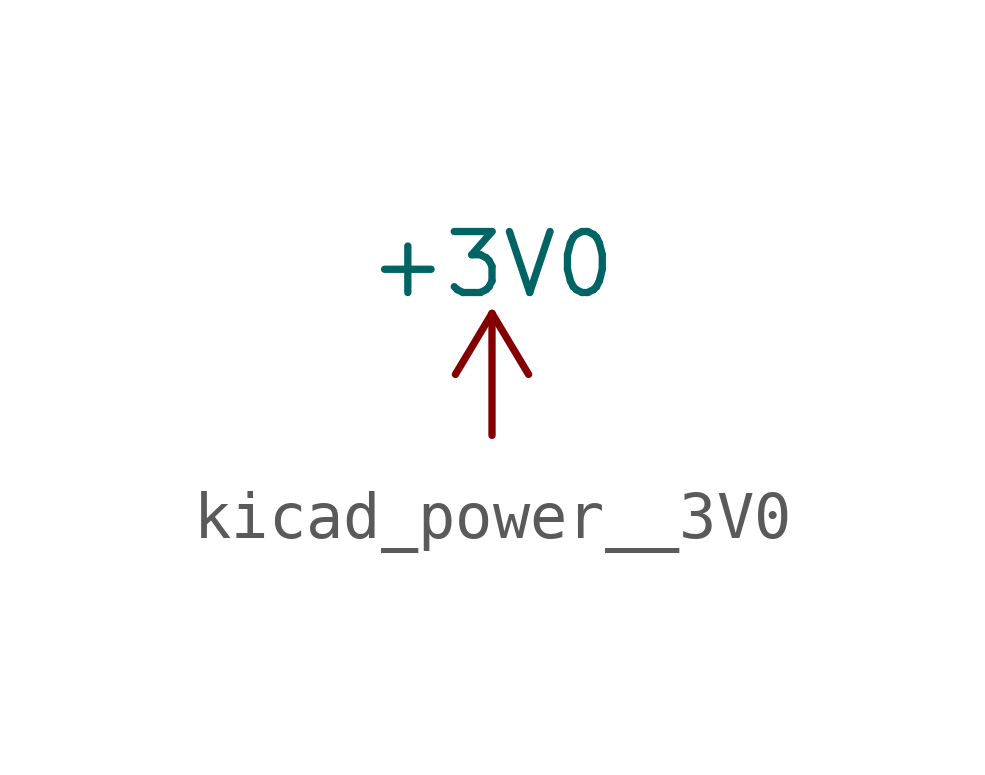
<source format=kicad_sym>
(kicad_symbol_lib
  (version 20220914)
  (generator kicad_symbol_editor)
  (symbol "kicad_power__3V0"
    (power)
    (pin_names
      (offset 0))
    (property "Reference" "#PWR"
      (at 0 -3.81 0)
      (effects (font (size 1.27 1.27)) hide))
    (property "Value" "+3V0"
      (at 0 3.556 0)
      (effects (font (size 1.27 1.27))))
    (symbol "kicad_power__3V0_0_1"
      (polyline (pts (xy -0.762 1.27) (xy 0 2.54)) (stroke (width 0) (type default)) (fill (type none)))
      (polyline (pts (xy 0 0) (xy 0 2.54)) (stroke (width 0) (type default)) (fill (type none)))
      (polyline (pts (xy 0 2.54) (xy 0.762 1.27)) (stroke (width 0) (type default)) (fill (type none))))
    (symbol "kicad_power__3V0_1_1"
      (pin power_in line (at 0 0 90) (length 0) hide (name "+3V0" (effects (font (size 1.27 1.27)))) (number "1" (effects (font (size 1.27 1.27))))))))
</source>
